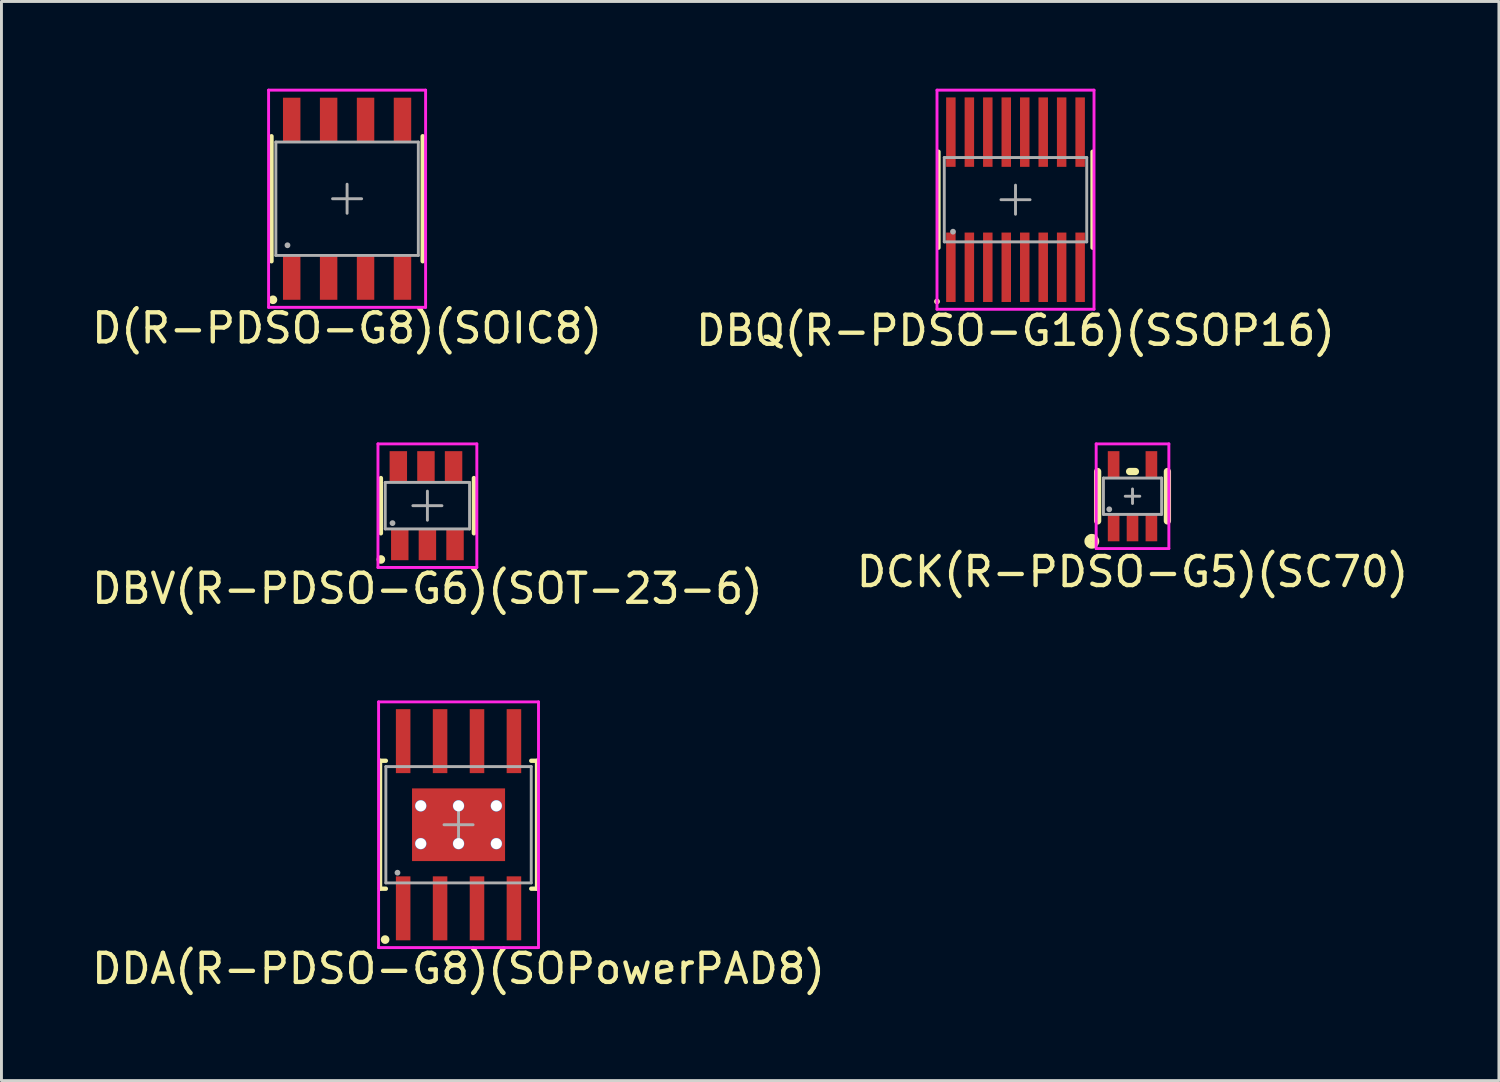
<source format=kicad_pcb>
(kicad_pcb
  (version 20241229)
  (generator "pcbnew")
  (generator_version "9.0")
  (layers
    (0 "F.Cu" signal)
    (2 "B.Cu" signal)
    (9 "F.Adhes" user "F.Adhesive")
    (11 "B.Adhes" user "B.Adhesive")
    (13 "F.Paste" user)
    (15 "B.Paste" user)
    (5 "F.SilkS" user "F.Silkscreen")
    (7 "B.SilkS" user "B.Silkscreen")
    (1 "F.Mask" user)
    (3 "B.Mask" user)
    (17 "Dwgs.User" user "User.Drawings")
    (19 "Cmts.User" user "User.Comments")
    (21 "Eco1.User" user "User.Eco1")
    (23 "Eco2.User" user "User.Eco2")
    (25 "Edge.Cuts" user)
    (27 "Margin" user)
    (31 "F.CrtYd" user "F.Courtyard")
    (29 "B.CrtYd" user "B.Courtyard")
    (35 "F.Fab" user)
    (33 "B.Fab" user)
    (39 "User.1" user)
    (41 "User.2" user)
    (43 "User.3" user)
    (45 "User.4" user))
  (footprint "DCK(R-PDSO-G5)(SC70)"
    (layer "F.Cu")
    (at 35.899 14.016)
    (property "Reference" "DCK(R-PDSO-G5)(SC70)" (at 0 2.6 0) (layer "F.SilkS") (effects (font (size 1 1) (thickness 0.15))))
    (attr through_hole)
    (fp_line (start -1.2 -0.85) (end -1.2 0.85) (stroke (width 0.25) (type solid)) (layer "F.SilkS"))
    (fp_line (start -0.1 -0.85) (end 0.1 -0.85) (stroke (width 0.25) (type solid)) (layer "F.SilkS"))
    (fp_line (start 1.2 -0.85) (end 1.2 0.85) (stroke (width 0.25) (type solid)) (layer "F.SilkS"))
    (fp_circle (center -1.4 1.55) (end -1.27 1.55) (stroke (width 0.25) (type solid)) (fill no) (layer "F.SilkS"))
    (fp_line (start -1.25 -1.8) (end -1.25 1.8) (stroke (width 0.1) (type solid)) (layer "F.CrtYd"))
    (fp_line (start -1.25 -1.8) (end 1.25 -1.8) (stroke (width 0.1) (type solid)) (layer "F.CrtYd"))
    (fp_line (start -1.25 1.8) (end 1.25 1.8) (stroke (width 0.1) (type solid)) (layer "F.CrtYd"))
    (fp_line (start 1.25 1.8) (end 1.25 -1.8) (stroke (width 0.1) (type solid)) (layer "F.CrtYd"))
    (fp_line (start -1 -0.625) (end 1 -0.625) (stroke (width 0.1) (type solid)) (layer "F.Fab"))
    (fp_line (start -1 0.625) (end -1 -0.625) (stroke (width 0.1) (type solid)) (layer "F.Fab"))
    (fp_line (start -0.25 0) (end 0.25 0) (stroke (width 0.1) (type solid)) (layer "F.Fab"))
    (fp_line (start 0 -0.25) (end 0 0.25) (stroke (width 0.1) (type solid)) (layer "F.Fab"))
    (fp_line (start 1 -0.625) (end 1 0.625) (stroke (width 0.1) (type solid)) (layer "F.Fab"))
    (fp_line (start 1 0.625) (end -1 0.625) (stroke (width 0.1) (type solid)) (layer "F.Fab"))
    (fp_circle (center -0.8 0.45) (end -0.8 0.4) (stroke (width 0.1) (type solid)) (fill no) (layer "F.Fab"))
    (pad "1" smd rect (at -0.65 1.1) (size 0.4 0.9) (layers "F.Cu" "F.Mask" "F.Paste"))
    (pad "1" smd rect (at 0.65 1.1) (size 0.4 0.9) (layers "F.Cu" "F.Mask" "F.Paste"))
    (pad "2" smd rect (at 0 1.1) (size 0.4 0.9) (layers "F.Cu" "F.Mask" "F.Paste"))
    (pad "4" smd rect (at 0.65 -1.1) (size 0.4 0.9) (layers "F.Cu" "F.Mask" "F.Paste"))
    (pad "5" smd rect (at -0.65 -1.1) (size 0.4 0.9) (layers "F.Cu" "F.Mask" "F.Paste")))
  (footprint "D(R-PDSO-G8)(SOIC8)"
    (layer "F.Cu")
    (at 8.887 3.785)
    (property "Reference" "D(R-PDSO-G8)(SOIC8)" (at 0 4.45 0) (layer "F.SilkS") (effects (font (size 1 1) (thickness 0.15))))
    (attr through_hole)
    (fp_line (start -2.6 2.15) (end -2.6 -2.15) (stroke (width 0.15) (type solid)) (layer "F.SilkS"))
    (fp_line (start 2.6 2.15) (end 2.6 -2.15) (stroke (width 0.15) (type solid)) (layer "F.SilkS"))
    (fp_circle (center -2.55 3.475) (end -2.55 3.4) (stroke (width 0.15) (type solid)) (fill no) (layer "F.SilkS"))
    (fp_line (start -2.7 -3.735) (end 2.7 -3.735) (stroke (width 0.1) (type solid)) (layer "F.CrtYd"))
    (fp_line (start -2.7 3.735) (end -2.7 -3.735) (stroke (width 0.1) (type solid)) (layer "F.CrtYd"))
    (fp_line (start 2.7 -3.735) (end 2.7 3.735) (stroke (width 0.1) (type solid)) (layer "F.CrtYd"))
    (fp_line (start 2.7 3.735) (end -2.7 3.735) (stroke (width 0.1) (type solid)) (layer "F.CrtYd"))
    (fp_line (start -2.45 -1.95) (end 2.45 -1.95) (stroke (width 0.1) (type solid)) (layer "F.Fab"))
    (fp_line (start -2.45 1.95) (end -2.45 -1.95) (stroke (width 0.1) (type solid)) (layer "F.Fab"))
    (fp_line (start 0 -0.5) (end 0 0.5) (stroke (width 0.1) (type solid)) (layer "F.Fab"))
    (fp_line (start 0.5 0) (end -0.5 0) (stroke (width 0.1) (type solid)) (layer "F.Fab"))
    (fp_line (start 2.45 -1.95) (end 2.45 1.95) (stroke (width 0.1) (type solid)) (layer "F.Fab"))
    (fp_line (start 2.45 1.95) (end -2.45 1.95) (stroke (width 0.1) (type solid)) (layer "F.Fab"))
    (fp_circle (center -2.05 1.6) (end -2.05 1.55) (stroke (width 0.1) (type solid)) (fill no) (layer "F.Fab"))
    (pad "1" smd rect (at -1.905 2.7) (size 0.6 1.55) (layers "F.Cu" "F.Mask" "F.Paste"))
    (pad "2" smd rect (at -0.635 2.7) (size 0.6 1.55) (layers "F.Cu" "F.Mask" "F.Paste"))
    (pad "3" smd rect (at 0.635 2.7) (size 0.6 1.55) (layers "F.Cu" "F.Mask" "F.Paste"))
    (pad "4" smd rect (at 1.905 2.7) (size 0.6 1.55) (layers "F.Cu" "F.Mask" "F.Paste"))
    (pad "5" smd rect (at 1.905 -2.7) (size 0.6 1.55) (layers "F.Cu" "F.Mask" "F.Paste"))
    (pad "6" smd rect (at 0.635 -2.7) (size 0.6 1.55) (layers "F.Cu" "F.Mask" "F.Paste"))
    (pad "7" smd rect (at -0.635 -2.7) (size 0.6 1.55) (layers "F.Cu" "F.Mask" "F.Paste"))
    (pad "8" smd rect (at -1.905 -2.7) (size 0.6 1.55) (layers "F.Cu" "F.Mask" "F.Paste")))
  (footprint "DBQ(R-PDSO-G16)(SSOP16)"
    (layer "F.Cu")
    (at 31.875 3.818)
    (property "Reference" "DBQ(R-PDSO-G16)(SSOP16)" (at 0 4.5 0) (layer "F.SilkS") (effects (font (size 1 1) (thickness 0.15))))
    (attr through_hole)
    (fp_line (start -2.65 -1.65) (end -2.65 1.65) (stroke (width 0.15) (type solid)) (layer "F.SilkS"))
    (fp_line (start 2.65 -1.65) (end 2.65 1.65) (stroke (width 0.15) (type solid)) (layer "F.SilkS"))
    (fp_circle (center -2.7 3.5) (end -2.7 3.45) (stroke (width 0.1) (type solid)) (fill no) (layer "F.SilkS"))
    (fp_line (start -2.7 -3.768) (end 2.7 -3.768) (stroke (width 0.1) (type solid)) (layer "F.CrtYd"))
    (fp_line (start -2.7 3.768) (end -2.7 -3.768) (stroke (width 0.1) (type solid)) (layer "F.CrtYd"))
    (fp_line (start 2.7 -3.768) (end 2.7 3.768) (stroke (width 0.1) (type solid)) (layer "F.CrtYd"))
    (fp_line (start 2.7 3.768) (end -2.7 3.768) (stroke (width 0.1) (type solid)) (layer "F.CrtYd"))
    (fp_line (start -2.45 -1.45) (end 2.45 -1.45) (stroke (width 0.1) (type solid)) (layer "F.Fab"))
    (fp_line (start -2.45 1.45) (end -2.45 -1.45) (stroke (width 0.1) (type solid)) (layer "F.Fab"))
    (fp_line (start 0 -0.5) (end 0 0.5) (stroke (width 0.1) (type solid)) (layer "F.Fab"))
    (fp_line (start 0.5 0) (end -0.5 0) (stroke (width 0.1) (type solid)) (layer "F.Fab"))
    (fp_line (start 2.45 -1.45) (end 2.45 1.45) (stroke (width 0.1) (type solid)) (layer "F.Fab"))
    (fp_line (start 2.45 1.45) (end -2.45 1.45) (stroke (width 0.1) (type solid)) (layer "F.Fab"))
    (fp_circle (center -2.15 1.1) (end -2.15 1.05) (stroke (width 0.1) (type solid)) (fill no) (layer "F.Fab"))
    (pad "1" smd rect (at -2.223 2.324) (size 0.326 2.388) (layers "F.Cu" "F.Mask" "F.Paste"))
    (pad "2" smd rect (at -1.587 2.324) (size 0.326 2.388) (layers "F.Cu" "F.Mask" "F.Paste"))
    (pad "3" smd rect (at -0.953 2.324) (size 0.326 2.388) (layers "F.Cu" "F.Mask" "F.Paste"))
    (pad "4" smd rect (at -0.318 2.324) (size 0.326 2.388) (layers "F.Cu" "F.Mask" "F.Paste"))
    (pad "5" smd rect (at 0.318 2.324) (size 0.326 2.388) (layers "F.Cu" "F.Mask" "F.Paste"))
    (pad "6" smd rect (at 0.953 2.324) (size 0.326 2.388) (layers "F.Cu" "F.Mask" "F.Paste"))
    (pad "7" smd rect (at 1.587 2.324) (size 0.326 2.388) (layers "F.Cu" "F.Mask" "F.Paste"))
    (pad "8" smd rect (at 2.223 2.324) (size 0.326 2.388) (layers "F.Cu" "F.Mask" "F.Paste"))
    (pad "9" smd rect (at 2.223 -2.324) (size 0.326 2.388) (layers "F.Cu" "F.Mask" "F.Paste"))
    (pad "10" smd rect (at 1.587 -2.324) (size 0.326 2.388) (layers "F.Cu" "F.Mask" "F.Paste"))
    (pad "11" smd rect (at 0.953 -2.324) (size 0.326 2.388) (layers "F.Cu" "F.Mask" "F.Paste"))
    (pad "12" smd rect (at 0.318 -2.324) (size 0.326 2.388) (layers "F.Cu" "F.Mask" "F.Paste"))
    (pad "13" smd rect (at -0.318 -2.324) (size 0.326 2.388) (layers "F.Cu" "F.Mask" "F.Paste"))
    (pad "14" smd rect (at -0.953 -2.324) (size 0.326 2.388) (layers "F.Cu" "F.Mask" "F.Paste"))
    (pad "15" smd rect (at -1.587 -2.324) (size 0.326 2.388) (layers "F.Cu" "F.Mask" "F.Paste"))
    (pad "16" smd rect (at -2.223 -2.324) (size 0.326 2.388) (layers "F.Cu" "F.Mask" "F.Paste")))
  (footprint "DDA(R-PDSO-G8)(SOPowerPAD8)"
    (layer "F.Cu")
    (at 12.72 25.314)
    (property "Reference" "DDA(R-PDSO-G8)(SOPowerPAD8)" (at 0 4.95 0) (layer "F.SilkS") (effects (font (size 1 1) (thickness 0.15))))
    (attr through_hole)
    (fp_line (start -2.7 -2.2) (end -2.7 2.2) (stroke (width 0.15) (type solid)) (layer "F.SilkS"))
    (fp_line (start -2.7 -2.2) (end -2.5 -2.2) (stroke (width 0.15) (type solid)) (layer "F.SilkS"))
    (fp_line (start -2.7 2.2) (end -2.5 2.2) (stroke (width 0.15) (type solid)) (layer "F.SilkS"))
    (fp_line (start 2.7 -2.2) (end 2.5 -2.2) (stroke (width 0.15) (type solid)) (layer "F.SilkS"))
    (fp_line (start 2.7 2.2) (end 2.5 2.2) (stroke (width 0.15) (type solid)) (layer "F.SilkS"))
    (fp_line (start 2.7 2.2) (end 2.7 -2.2) (stroke (width 0.15) (type solid)) (layer "F.SilkS"))
    (fp_circle (center -2.525 3.95) (end -2.525 3.875) (stroke (width 0.15) (type solid)) (fill no) (layer "F.SilkS"))
    (fp_line (start -2.75 -4.225) (end 2.75 -4.225) (stroke (width 0.1) (type solid)) (layer "F.CrtYd"))
    (fp_line (start -2.75 4.225) (end -2.75 -4.225) (stroke (width 0.1) (type solid)) (layer "F.CrtYd"))
    (fp_line (start 2.75 -4.225) (end 2.75 4.225) (stroke (width 0.1) (type solid)) (layer "F.CrtYd"))
    (fp_line (start 2.75 4.225) (end -2.75 4.225) (stroke (width 0.1) (type solid)) (layer "F.CrtYd"))
    (fp_line (start -2.5 -2) (end 2.5 -2) (stroke (width 0.1) (type solid)) (layer "F.Fab"))
    (fp_line (start -2.5 2) (end -2.5 -2) (stroke (width 0.1) (type solid)) (layer "F.Fab"))
    (fp_line (start 0 -0.5) (end 0 0.5) (stroke (width 0.1) (type solid)) (layer "F.Fab"))
    (fp_line (start 0.5 0) (end -0.5 0) (stroke (width 0.1) (type solid)) (layer "F.Fab"))
    (fp_line (start 2.5 -2) (end 2.5 2) (stroke (width 0.1) (type solid)) (layer "F.Fab"))
    (fp_line (start 2.5 2) (end -2.5 2) (stroke (width 0.1) (type solid)) (layer "F.Fab"))
    (fp_circle (center -2.1 1.65) (end -2.1 1.6) (stroke (width 0.1) (type solid)) (fill no) (layer "F.Fab"))
    (pad "1" smd rect (at -1.905 2.875) (size 0.5 2.2) (layers "F.Cu" "F.Mask" "F.Paste"))
    (pad "2" smd rect (at -0.635 2.875) (size 0.5 2.2) (layers "F.Cu" "F.Mask" "F.Paste"))
    (pad "3" smd rect (at 0.635 2.875) (size 0.5 2.2) (layers "F.Cu" "F.Mask" "F.Paste"))
    (pad "4" smd rect (at 1.905 2.875) (size 0.5 2.2) (layers "F.Cu" "F.Mask" "F.Paste"))
    (pad "5" smd rect (at 1.905 -2.875) (size 0.5 2.2) (layers "F.Cu" "F.Mask" "F.Paste"))
    (pad "6" smd rect (at 0.635 -2.875) (size 0.5 2.2) (layers "F.Cu" "F.Mask" "F.Paste"))
    (pad "7" smd rect (at -0.635 -2.875) (size 0.5 2.2) (layers "F.Cu" "F.Mask" "F.Paste"))
    (pad "8" smd rect (at -1.905 -2.875) (size 0.5 2.2) (layers "F.Cu" "F.Mask" "F.Paste"))
    (pad "9" smd rect (at 0 0) (size 3.2 2.5) (layers "F.Cu" "F.Mask" "F.Paste"))
    (pad "11" thru_hole circle (at -1.3 -0.65) (size 0.4 0.4) (drill 0.381) (layers "*.Cu"))
    (pad "12" thru_hole circle (at -1.3 0.65) (size 0.4 0.4) (drill 0.381) (layers "*.Cu"))
    (pad "21" thru_hole circle (at 0 -0.65) (size 0.4 0.4) (drill 0.381) (layers "*.Cu"))
    (pad "22" thru_hole circle (at 0 0.65) (size 0.4 0.4) (drill 0.381) (layers "*.Cu"))
    (pad "31" thru_hole circle (at 1.3 -0.65) (size 0.4 0.4) (drill 0.381) (layers "*.Cu"))
    (pad "32" thru_hole circle (at 1.3 0.65) (size 0.4 0.4) (drill 0.381) (layers "*.Cu")))
  (footprint "DBV(R-PDSO-G6)(SOT-23-6)"
    (layer "F.Cu")
    (at 11.649 14.341)
    (property "Reference" "DBV(R-PDSO-G6)(SOT-23-6)" (at 0 2.85 0) (layer "F.SilkS") (effects (font (size 1 1) (thickness 0.15))))
    (attr through_hole)
    (fp_line (start -1.6 -0.95) (end -1.6 0.95) (stroke (width 0.15) (type solid)) (layer "F.SilkS"))
    (fp_line (start 1.6 -0.95) (end 1.6 0.95) (stroke (width 0.15) (type solid)) (layer "F.SilkS"))
    (fp_circle (center -1.6 1.85) (end -1.6 1.775) (stroke (width 0.15) (type solid)) (fill no) (layer "F.SilkS"))
    (fp_line (start -1.7 -2.125) (end 1.7 -2.125) (stroke (width 0.1) (type solid)) (layer "F.CrtYd"))
    (fp_line (start -1.7 2.125) (end -1.7 -2.125) (stroke (width 0.1) (type solid)) (layer "F.CrtYd"))
    (fp_line (start 1.7 -2.125) (end 1.7 2.125) (stroke (width 0.1) (type solid)) (layer "F.CrtYd"))
    (fp_line (start 1.7 2.125) (end -1.7 2.125) (stroke (width 0.1) (type solid)) (layer "F.CrtYd"))
    (fp_line (start -1.45 -0.8) (end 1.45 -0.8) (stroke (width 0.1) (type solid)) (layer "F.Fab"))
    (fp_line (start -1.45 0.8) (end -1.45 -0.8) (stroke (width 0.1) (type solid)) (layer "F.Fab"))
    (fp_line (start 0 -0.5) (end 0 0.5) (stroke (width 0.1) (type solid)) (layer "F.Fab"))
    (fp_line (start 0.5 0) (end -0.5 0) (stroke (width 0.1) (type solid)) (layer "F.Fab"))
    (fp_line (start 1.45 -0.8) (end 1.45 0.8) (stroke (width 0.1) (type solid)) (layer "F.Fab"))
    (fp_line (start 1.45 0.8) (end -1.45 0.8) (stroke (width 0.1) (type solid)) (layer "F.Fab"))
    (fp_circle (center -1.2 0.6) (end -1.2 0.55) (stroke (width 0.1) (type solid)) (fill no) (layer "F.Fab"))
    (pad "1" smd rect (at -0.95 1.35) (size 0.6 1.05) (layers "F.Cu" "F.Mask" "F.Paste"))
    (pad "2" smd rect (at 0 1.35) (size 0.6 1.05) (layers "F.Cu" "F.Mask" "F.Paste"))
    (pad "3" smd rect (at 0.95 1.35) (size 0.6 1.05) (layers "F.Cu" "F.Mask" "F.Paste"))
    (pad "4" smd rect (at 0.9 -1.35) (size 0.6 1.05) (layers "F.Cu" "F.Mask" "F.Paste"))
    (pad "5" smd rect (at -0.05 -1.35) (size 0.6 1.05) (layers "F.Cu" "F.Mask" "F.Paste"))
    (pad "6" smd rect (at -1 -1.35) (size 0.6 1.05) (layers "F.Cu" "F.Mask" "F.Paste")))
  (gr_rect
    (start -3 -3)
    (end 48.5 34.113)
    (stroke (width 0.1) (type default))
    (fill no)
    (layer "Edge.Cuts")))
</source>
